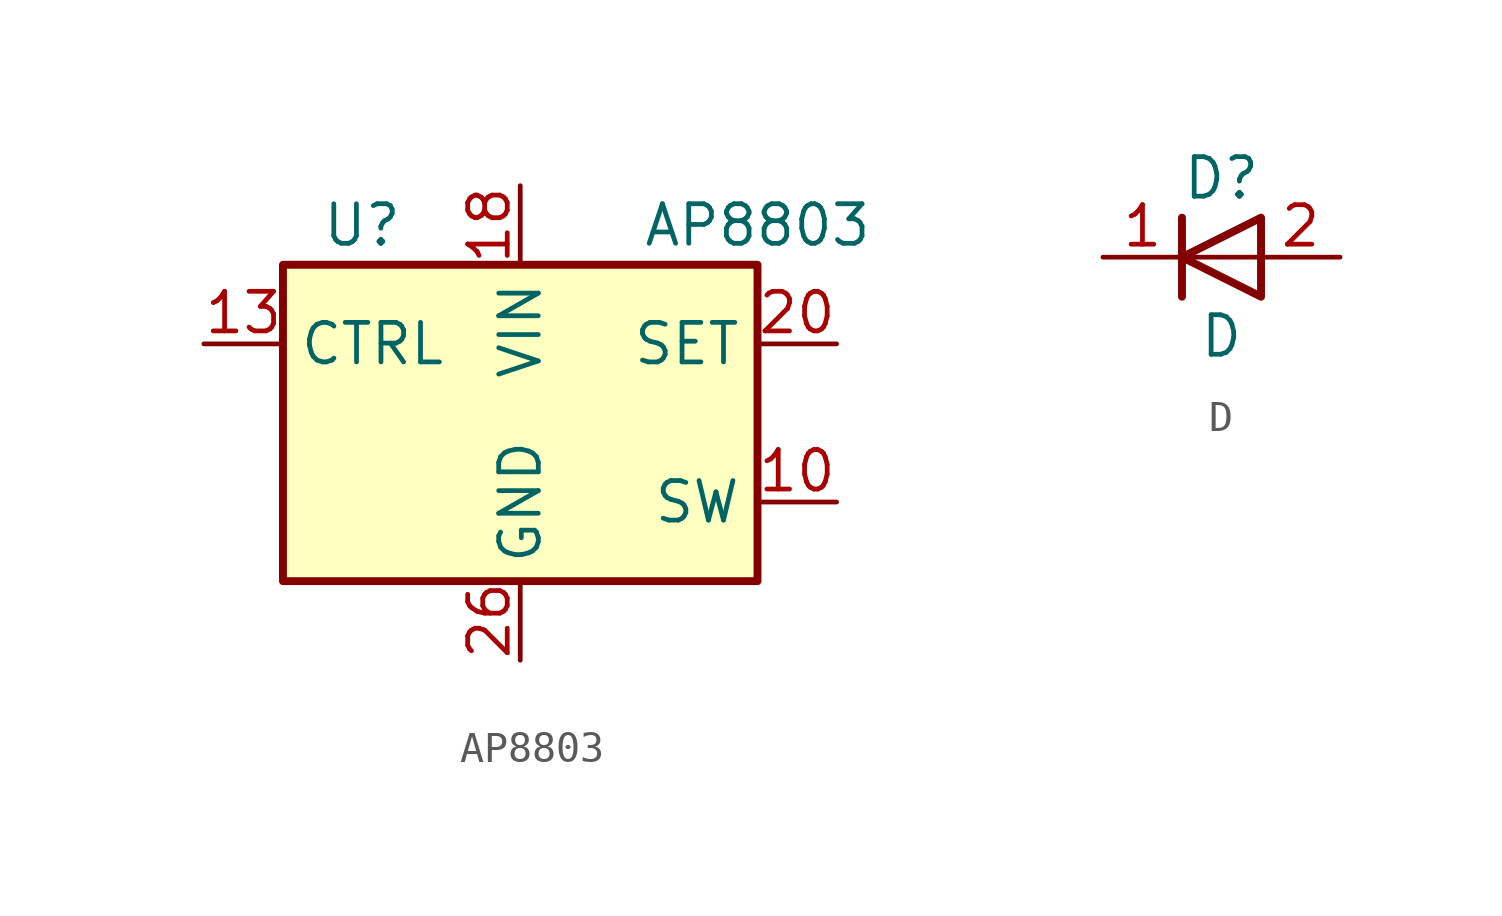
<source format=kicad_sym>
(kicad_symbol_lib
  (version 20241209)
  (generator "kicad_symbol_editor")
  (generator_version "9.0")
  (symbol "AP8803"
    (property "Reference" "U"
      (at -5.08 6.35 0)
      (effects (font (size 1.27 1.27))))
    (property "Value" "AP8803"
      (at 7.62 6.35 0)
      (effects (font (size 1.27 1.27))))
    (symbol "AP8803_0_1"
      (rectangle (start -7.62 5.08) (end 7.62 -5.08) (stroke (width 0.254) (type solid)) (fill (type background))))
    (symbol "AP8803_1_1"
      (pin passive line (at -10.16 2.54 0) (length 2.54) (name "CTRL" (effects (font (size 1.27 1.27)))) (number "13" (effects (font (size 1.27 1.27)))))
      (pin passive line (at 0 7.62 270) (length 2.54) (name "VIN" (effects (font (size 1.27 1.27)))) (number "18" (effects (font (size 1.27 1.27)))))
      (pin passive line (at 0 -7.62 90) (length 2.54) (name "GND" (effects (font (size 1.27 1.27)))) (number "26" (effects (font (size 1.27 1.27)))))
      (pin passive line (at 10.16 2.54 180) (length 2.54) (name "SET" (effects (font (size 1.27 1.27)))) (number "20" (effects (font (size 1.27 1.27)))))
      (pin passive line (at 10.16 -2.54 180) (length 2.54) (name "SW" (effects (font (size 1.27 1.27)))) (number "10" (effects (font (size 1.27 1.27)))))))
  (symbol "D"
    (pin_names
      (offset 1.016)
      (hide yes))
    (property "Reference" "D"
      (at 0 2.54 0)
      (effects (font (size 1.27 1.27))))
    (property "Value" "D"
      (at 0 -2.54 0)
      (effects (font (size 1.27 1.27))))
    (symbol "D_0_1"
      (polyline (pts (xy -1.27 1.27) (xy -1.27 -1.27)) (stroke (width 0.254) (type default)) (fill (type none)))
      (polyline (pts (xy 1.27 1.27) (xy 1.27 -1.27) (xy -1.27 0) (xy 1.27 1.27)) (stroke (width 0.254) (type default)) (fill (type none)))
      (polyline (pts (xy 1.27 0) (xy -1.27 0)) (stroke (width 0) (type default)) (fill (type none))))
    (symbol "D_1_1"
      (pin passive line (at -3.81 0 0) (length 2.54) (name "K" (effects (font (size 1.27 1.27)))) (number "1" (effects (font (size 1.27 1.27)))))
      (pin passive line (at 3.81 0 180) (length 2.54) (name "A" (effects (font (size 1.27 1.27)))) (number "2" (effects (font (size 1.27 1.27))))))))
</source>
